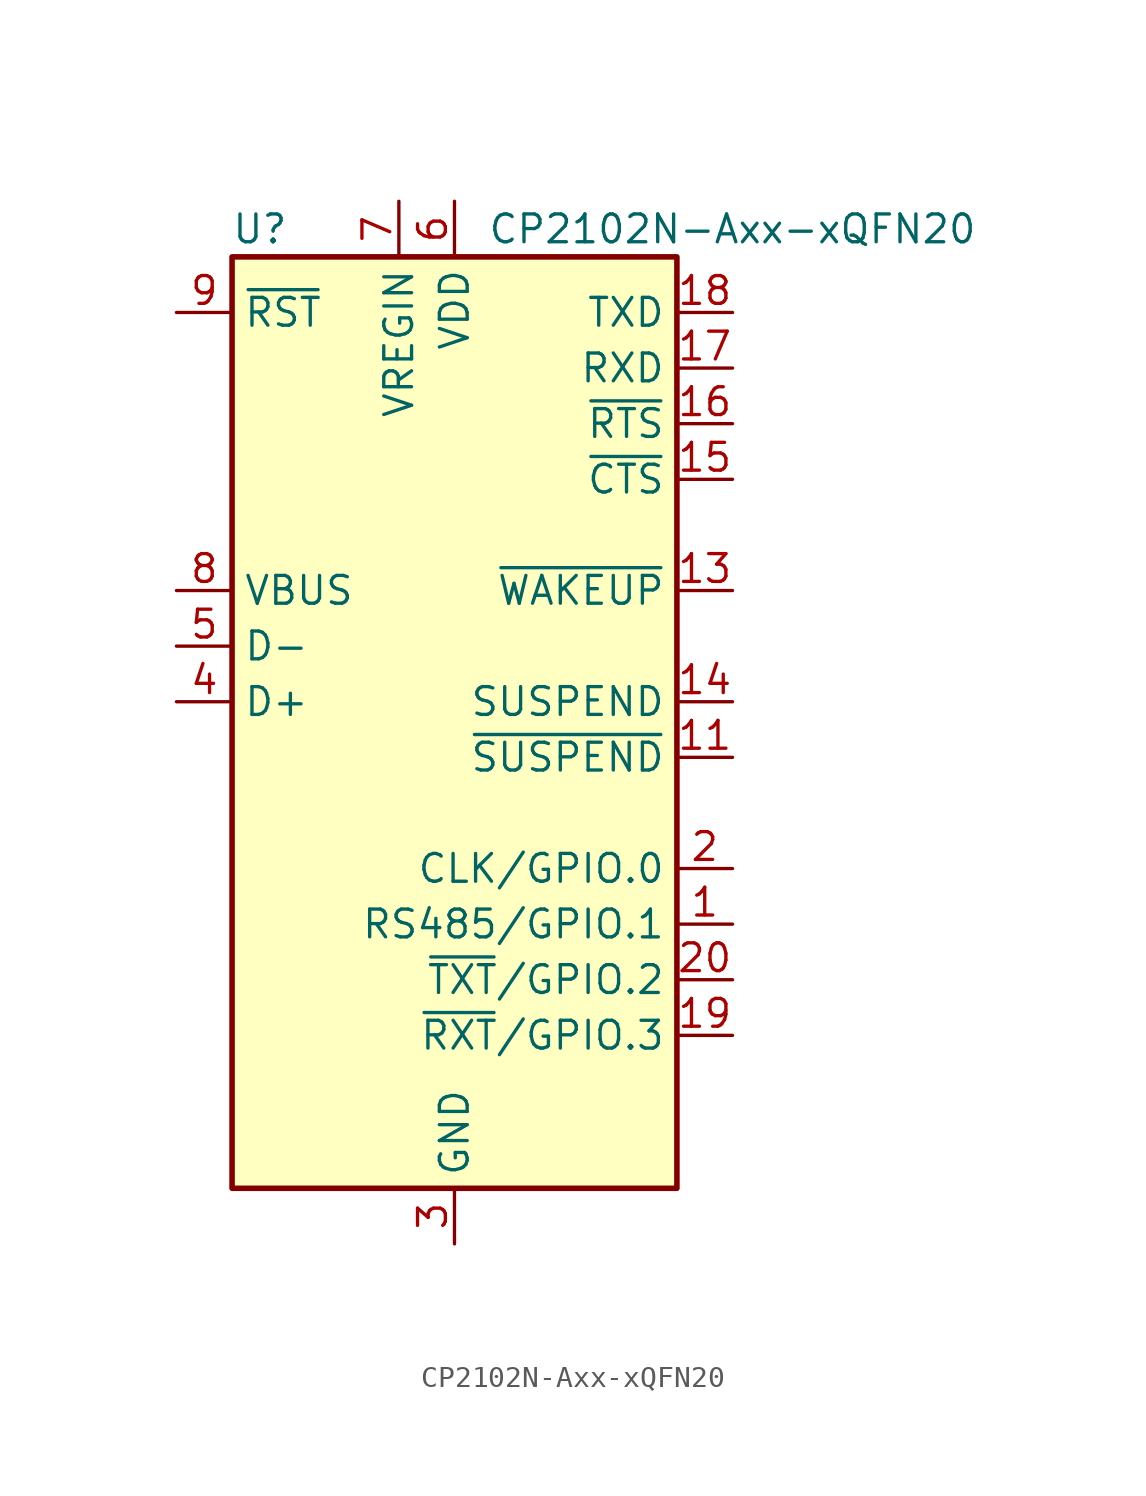
<source format=kicad_sym>
(kicad_symbol_lib
  (version 20241209)
  (generator "kicad_symbol_editor")
  (generator_version "9.0")
  (symbol "CP2102N-Axx-xQFN20"
    (property "Reference" "U"
      (at -8.89 26.67 0)
      (effects (font (size 1.27 1.27))))
    (property "Value" "CP2102N-Axx-xQFN20"
      (at 12.7 26.67 0)
      (effects (font (size 1.27 1.27))))
    (symbol "CP2102N-Axx-xQFN20_0_1"
      (rectangle (start -10.16 25.4) (end 10.16 -17.145) (stroke (width 0.254) (type default)) (fill (type background))))
    (symbol "CP2102N-Axx-xQFN20_1_1"
      (pin input line (at -12.7 22.86 0) (length 2.54) (name "~{RST}" (effects (font (size 1.27 1.27)))) (number "9" (effects (font (size 1.27 1.27)))))
      (pin input line (at -12.7 10.16 0) (length 2.54) (name "VBUS" (effects (font (size 1.27 1.27)))) (number "8" (effects (font (size 1.27 1.27)))))
      (pin bidirectional line (at -12.7 7.62 0) (length 2.54) (name "D-" (effects (font (size 1.27 1.27)))) (number "5" (effects (font (size 1.27 1.27)))))
      (pin bidirectional line (at -12.7 5.08 0) (length 2.54) (name "D+" (effects (font (size 1.27 1.27)))) (number "4" (effects (font (size 1.27 1.27)))))
      (pin no_connect line (at -10.16 -17.145 0) (length 2.54) (hide yes) (name "NC" (effects (font (size 1.27 1.27)))) (number "10" (effects (font (size 1.27 1.27)))))
      (pin power_in line (at -2.54 27.94 270) (length 2.54) (name "VREGIN" (effects (font (size 1.27 1.27)))) (number "7" (effects (font (size 1.27 1.27)))))
      (pin power_in line (at 0 27.94 270) (length 2.54) (name "VDD" (effects (font (size 1.27 1.27)))) (number "6" (effects (font (size 1.27 1.27)))))
      (pin passive line (at 0 -19.685 90) (length 2.54) (hide yes) (name "GND" (effects (font (size 1.27 1.27)))) (number "12" (effects (font (size 1.27 1.27)))))
      (pin passive line (at 0 -19.685 90) (length 2.54) (hide yes) (name "GND" (effects (font (size 1.27 1.27)))) (number "21" (effects (font (size 1.27 1.27)))))
      (pin power_in line (at 0 -19.685 90) (length 2.54) (name "GND" (effects (font (size 1.27 1.27)))) (number "3" (effects (font (size 1.27 1.27)))))
      (pin output line (at 12.7 22.86 180) (length 2.54) (name "TXD" (effects (font (size 1.27 1.27)))) (number "18" (effects (font (size 1.27 1.27)))))
      (pin input line (at 12.7 20.32 180) (length 2.54) (name "RXD" (effects (font (size 1.27 1.27)))) (number "17" (effects (font (size 1.27 1.27)))))
      (pin output line (at 12.7 17.78 180) (length 2.54) (name "~{RTS}" (effects (font (size 1.27 1.27)))) (number "16" (effects (font (size 1.27 1.27)))))
      (pin input line (at 12.7 15.24 180) (length 2.54) (name "~{CTS}" (effects (font (size 1.27 1.27)))) (number "15" (effects (font (size 1.27 1.27)))))
      (pin input line (at 12.7 10.16 180) (length 2.54) (name "~{WAKEUP}" (effects (font (size 1.27 1.27)))) (number "13" (effects (font (size 1.27 1.27)))))
      (pin output line (at 12.7 5.08 180) (length 2.54) (name "SUSPEND" (effects (font (size 1.27 1.27)))) (number "14" (effects (font (size 1.27 1.27)))))
      (pin output line (at 12.7 2.54 180) (length 2.54) (name "~{SUSPEND}" (effects (font (size 1.27 1.27)))) (number "11" (effects (font (size 1.27 1.27)))))
      (pin bidirectional line (at 12.7 -2.54 180) (length 2.54) (name "CLK/GPIO.0" (effects (font (size 1.27 1.27)))) (number "2" (effects (font (size 1.27 1.27)))))
      (pin bidirectional line (at 12.7 -5.08 180) (length 2.54) (name "RS485/GPIO.1" (effects (font (size 1.27 1.27)))) (number "1" (effects (font (size 1.27 1.27)))))
      (pin bidirectional line (at 12.7 -7.62 180) (length 2.54) (name "~{TXT}/GPIO.2" (effects (font (size 1.27 1.27)))) (number "20" (effects (font (size 1.27 1.27)))))
      (pin bidirectional line (at 12.7 -10.16 180) (length 2.54) (name "~{RXT}/GPIO.3" (effects (font (size 1.27 1.27)))) (number "19" (effects (font (size 1.27 1.27))))))))
</source>
